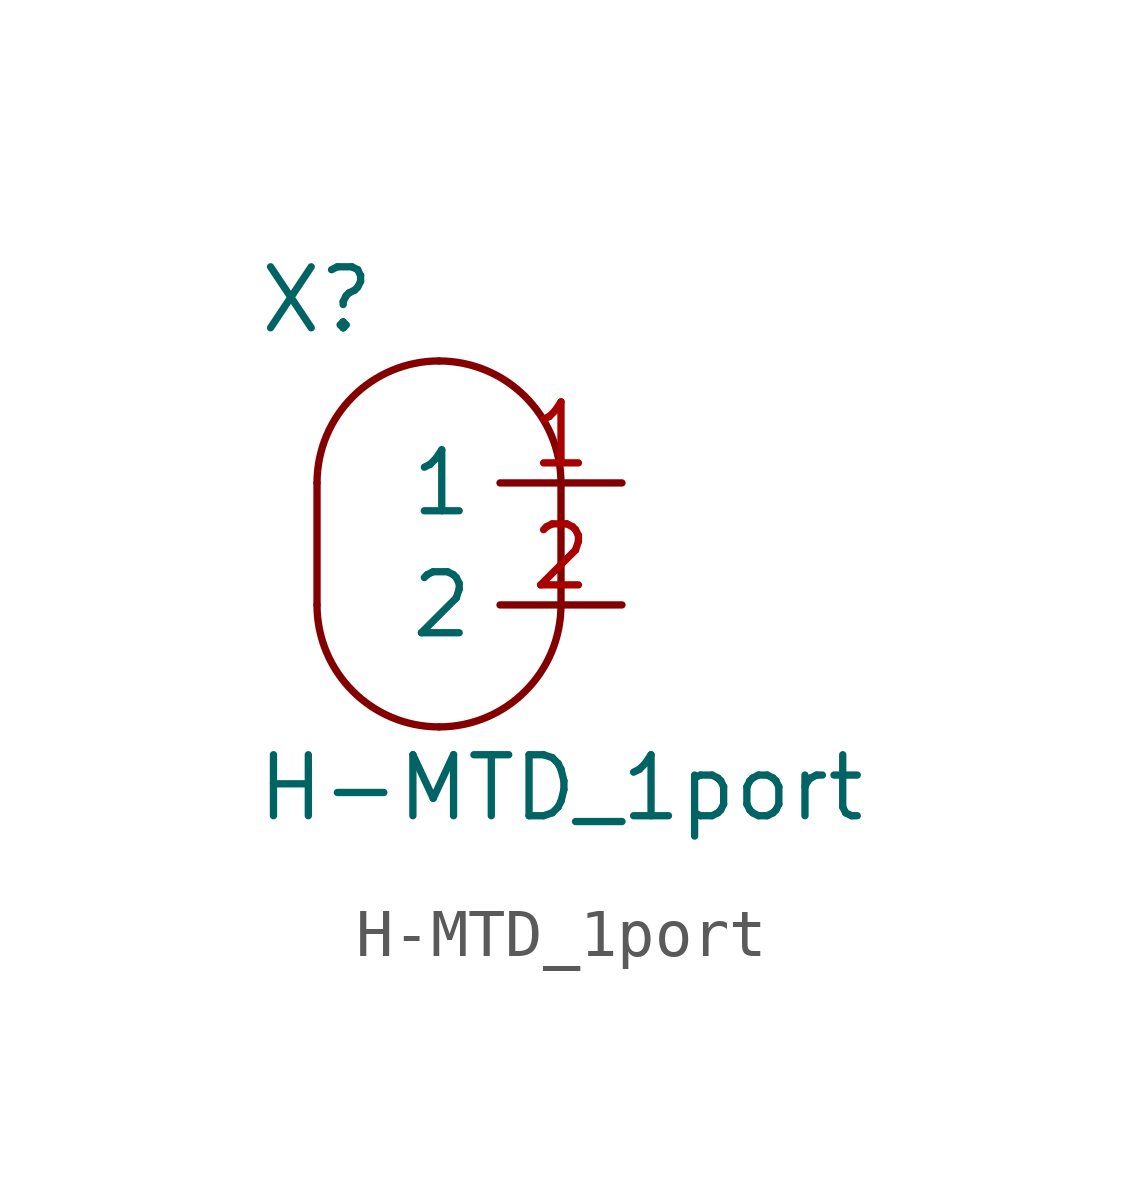
<source format=kicad_sym>
(kicad_symbol_lib
  (version 20220914)
  (generator kicad_symbol_editor)
  (symbol "H-MTD_1port"
    (property "Reference" "X"
      (at -2.54 5.08 0)
      (effects (font (size 1.27 1.27))))
    (property "Value" "H-MTD_1port"
      (at 2.54 -5.08 0)
      (effects (font (size 1.27 1.27))))
    (symbol "H-MTD_1port_0_1"
      (arc (start -2.54 -1.27) (mid -1.7961 -3.0661) (end 0 -3.81) (stroke (width 0) (type default)) (fill (type none)))
      (arc (start -0.0002 -3.8098) (mid 1.7959 -3.0659) (end 2.5398 -1.2698) (stroke (width 0) (type default)) (fill (type none)))
      (polyline (pts (xy -2.54 1.27) (xy -2.54 -1.27)) (stroke (width 0) (type default)) (fill (type none)))
      (polyline (pts (xy 2.54 -1.27) (xy 2.54 1.27)) (stroke (width 0) (type default)) (fill (type none)))
      (arc (start 0 3.81) (mid -1.7953 3.0653) (end -2.54 1.27) (stroke (width 0) (type default)) (fill (type none)))
      (arc (start 2.5398 1.2698) (mid 1.7959 3.0659) (end -0.0002 3.8098) (stroke (width 0) (type default)) (fill (type none))))
    (symbol "H-MTD_1port_1_1"
      (pin bidirectional line (at 3.81 1.27 180) (length 2.54) (name "1" (effects (font (size 1.27 1.27)))) (number "1" (effects (font (size 1.27 1.27)))))
      (pin bidirectional line (at 3.81 -1.27 180) (length 2.54) (name "2" (effects (font (size 1.27 1.27)))) (number "2" (effects (font (size 1.27 1.27))))))))
</source>
